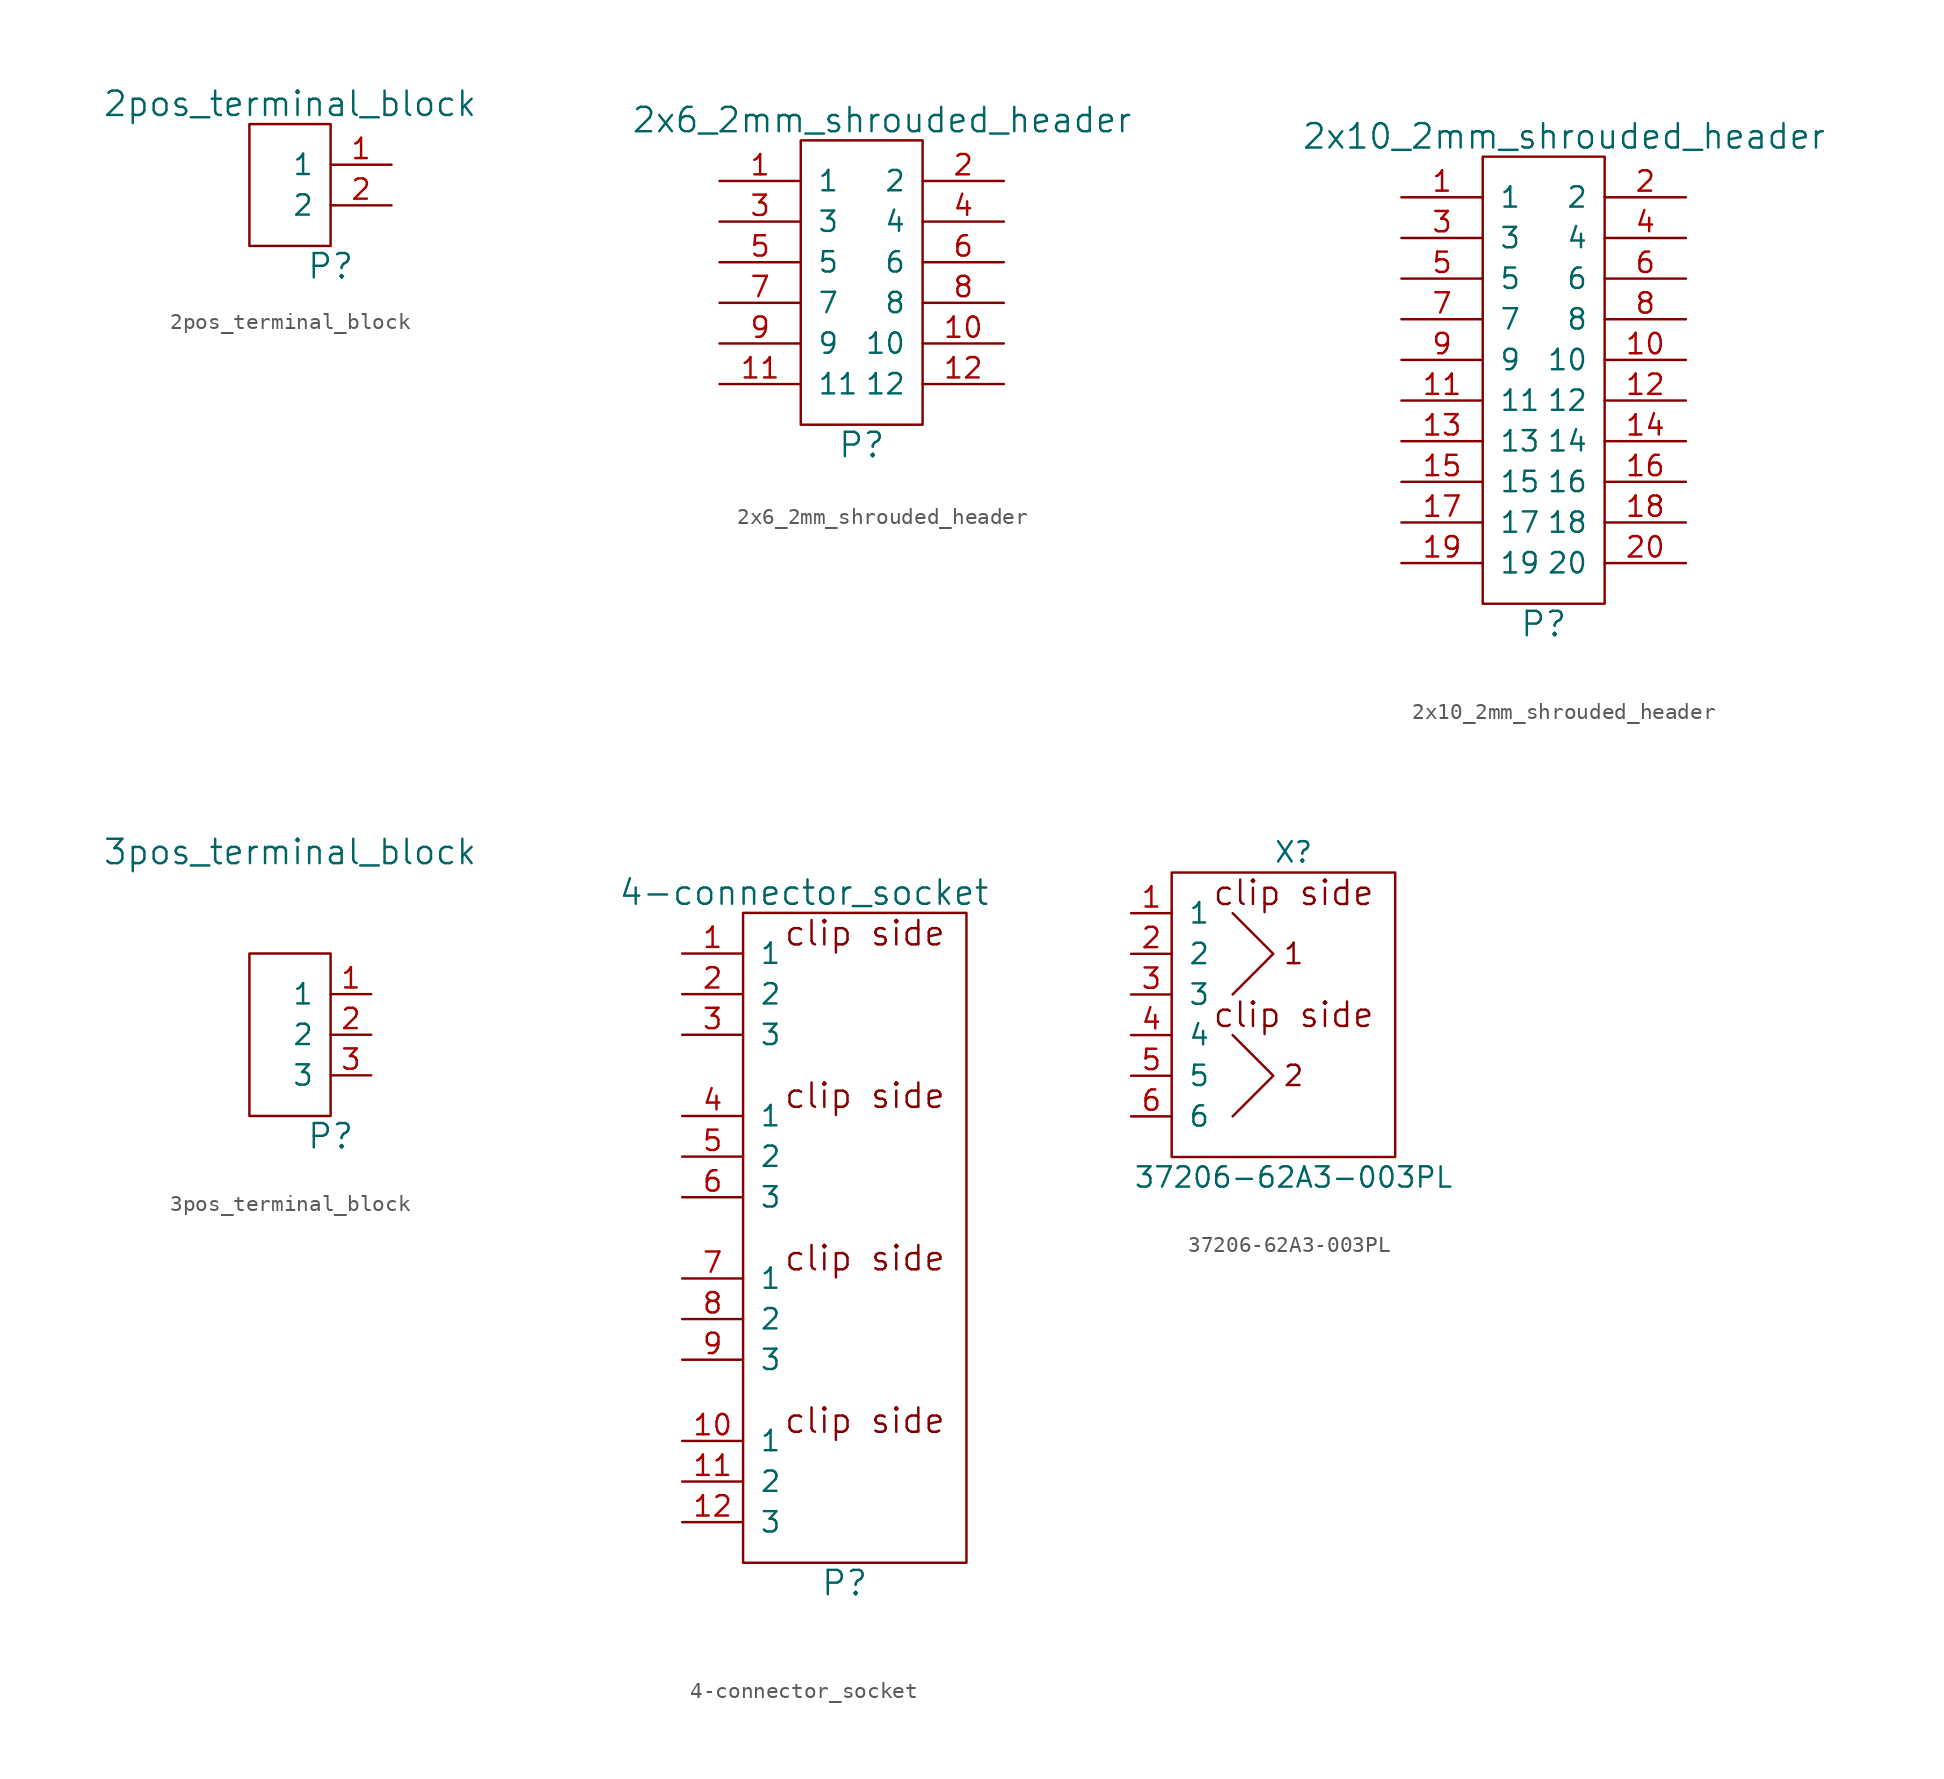
<source format=kicad_sym>
(kicad_symbol_lib
  (version 20211014)
  (generator kicad_symbol_editor)
  (symbol "2pos_terminal_block"
    (pin_names
      (offset 1.016))
    (property "Reference" "P"
      (at 5.08 -1.27 0)
      (effects (font (size 1.524 1.524))))
    (property "Value" "2pos_terminal_block"
      (at 2.54 8.89 0)
      (effects (font (size 1.524 1.524))))
    (symbol "2pos_terminal_block_0_1"
      (rectangle (start 0 0) (end 5.08 7.62) (stroke (width 0) (type default) (color 0 0 0 0)) (fill (type none))))
    (symbol "2pos_terminal_block_1_1"
      (pin passive line (at 8.89 5.08 180) (length 3.81) (name "1" (effects (font (size 1.27 1.27)))) (number "1" (effects (font (size 1.27 1.27)))))
      (pin passive line (at 8.89 2.54 180) (length 3.81) (name "2" (effects (font (size 1.27 1.27)))) (number "2" (effects (font (size 1.27 1.27)))))))
  (symbol "2x6_2mm_shrouded_header"
    (pin_names
      (offset 1.016))
    (property "Reference" "P"
      (at 3.81 -1.27 0)
      (effects (font (size 1.524 1.524))))
    (property "Value" "2x6_2mm_shrouded_header"
      (at 5.08 19.05 0)
      (effects (font (size 1.524 1.524))))
    (symbol "2x6_2mm_shrouded_header_0_1"
      (rectangle (start 0 0) (end 7.62 17.78) (stroke (width 0) (type default) (color 0 0 0 0)) (fill (type none))))
    (symbol "2x6_2mm_shrouded_header_1_1"
      (pin unspecified line (at -5.08 15.24 0) (length 5.08) (name "1" (effects (font (size 1.27 1.27)))) (number "1" (effects (font (size 1.27 1.27)))))
      (pin unspecified line (at 12.7 5.08 180) (length 5.08) (name "10" (effects (font (size 1.27 1.27)))) (number "10" (effects (font (size 1.27 1.27)))))
      (pin unspecified line (at -5.08 2.54 0) (length 5.08) (name "11" (effects (font (size 1.27 1.27)))) (number "11" (effects (font (size 1.27 1.27)))))
      (pin unspecified line (at 12.7 2.54 180) (length 5.08) (name "12" (effects (font (size 1.27 1.27)))) (number "12" (effects (font (size 1.27 1.27)))))
      (pin unspecified line (at 12.7 15.24 180) (length 5.08) (name "2" (effects (font (size 1.27 1.27)))) (number "2" (effects (font (size 1.27 1.27)))))
      (pin unspecified line (at -5.08 12.7 0) (length 5.08) (name "3" (effects (font (size 1.27 1.27)))) (number "3" (effects (font (size 1.27 1.27)))))
      (pin unspecified line (at 12.7 12.7 180) (length 5.08) (name "4" (effects (font (size 1.27 1.27)))) (number "4" (effects (font (size 1.27 1.27)))))
      (pin unspecified line (at -5.08 10.16 0) (length 5.08) (name "5" (effects (font (size 1.27 1.27)))) (number "5" (effects (font (size 1.27 1.27)))))
      (pin unspecified line (at 12.7 10.16 180) (length 5.08) (name "6" (effects (font (size 1.27 1.27)))) (number "6" (effects (font (size 1.27 1.27)))))
      (pin unspecified line (at -5.08 7.62 0) (length 5.08) (name "7" (effects (font (size 1.27 1.27)))) (number "7" (effects (font (size 1.27 1.27)))))
      (pin unspecified line (at 12.7 7.62 180) (length 5.08) (name "8" (effects (font (size 1.27 1.27)))) (number "8" (effects (font (size 1.27 1.27)))))
      (pin unspecified line (at -5.08 5.08 0) (length 5.08) (name "9" (effects (font (size 1.27 1.27)))) (number "9" (effects (font (size 1.27 1.27)))))))
  (symbol "2x10_2mm_shrouded_header"
    (pin_names
      (offset 1.016))
    (property "Reference" "P"
      (at 3.81 -1.27 0)
      (effects (font (size 1.524 1.524))))
    (property "Value" "2x10_2mm_shrouded_header"
      (at 5.08 29.21 0)
      (effects (font (size 1.524 1.524))))
    (symbol "2x10_2mm_shrouded_header_0_1"
      (rectangle (start 0 0) (end 7.62 27.94) (stroke (width 0) (type default) (color 0 0 0 0)) (fill (type none))))
    (symbol "2x10_2mm_shrouded_header_1_1"
      (pin unspecified line (at -5.08 25.4 0) (length 5.08) (name "1" (effects (font (size 1.27 1.27)))) (number "1" (effects (font (size 1.27 1.27)))))
      (pin unspecified line (at 12.7 15.24 180) (length 5.08) (name "10" (effects (font (size 1.27 1.27)))) (number "10" (effects (font (size 1.27 1.27)))))
      (pin unspecified line (at -5.08 12.7 0) (length 5.08) (name "11" (effects (font (size 1.27 1.27)))) (number "11" (effects (font (size 1.27 1.27)))))
      (pin unspecified line (at 12.7 12.7 180) (length 5.08) (name "12" (effects (font (size 1.27 1.27)))) (number "12" (effects (font (size 1.27 1.27)))))
      (pin unspecified line (at -5.08 10.16 0) (length 5.08) (name "13" (effects (font (size 1.27 1.27)))) (number "13" (effects (font (size 1.27 1.27)))))
      (pin unspecified line (at 12.7 10.16 180) (length 5.08) (name "14" (effects (font (size 1.27 1.27)))) (number "14" (effects (font (size 1.27 1.27)))))
      (pin unspecified line (at -5.08 7.62 0) (length 5.08) (name "15" (effects (font (size 1.27 1.27)))) (number "15" (effects (font (size 1.27 1.27)))))
      (pin unspecified line (at 12.7 7.62 180) (length 5.08) (name "16" (effects (font (size 1.27 1.27)))) (number "16" (effects (font (size 1.27 1.27)))))
      (pin unspecified line (at -5.08 5.08 0) (length 5.08) (name "17" (effects (font (size 1.27 1.27)))) (number "17" (effects (font (size 1.27 1.27)))))
      (pin unspecified line (at 12.7 5.08 180) (length 5.08) (name "18" (effects (font (size 1.27 1.27)))) (number "18" (effects (font (size 1.27 1.27)))))
      (pin unspecified line (at -5.08 2.54 0) (length 5.08) (name "19" (effects (font (size 1.27 1.27)))) (number "19" (effects (font (size 1.27 1.27)))))
      (pin unspecified line (at 12.7 25.4 180) (length 5.08) (name "2" (effects (font (size 1.27 1.27)))) (number "2" (effects (font (size 1.27 1.27)))))
      (pin unspecified line (at 12.7 2.54 180) (length 5.08) (name "20" (effects (font (size 1.27 1.27)))) (number "20" (effects (font (size 1.27 1.27)))))
      (pin unspecified line (at -5.08 22.86 0) (length 5.08) (name "3" (effects (font (size 1.27 1.27)))) (number "3" (effects (font (size 1.27 1.27)))))
      (pin unspecified line (at 12.7 22.86 180) (length 5.08) (name "4" (effects (font (size 1.27 1.27)))) (number "4" (effects (font (size 1.27 1.27)))))
      (pin unspecified line (at -5.08 20.32 0) (length 5.08) (name "5" (effects (font (size 1.27 1.27)))) (number "5" (effects (font (size 1.27 1.27)))))
      (pin unspecified line (at 12.7 20.32 180) (length 5.08) (name "6" (effects (font (size 1.27 1.27)))) (number "6" (effects (font (size 1.27 1.27)))))
      (pin unspecified line (at -5.08 17.78 0) (length 5.08) (name "7" (effects (font (size 1.27 1.27)))) (number "7" (effects (font (size 1.27 1.27)))))
      (pin unspecified line (at 12.7 17.78 180) (length 5.08) (name "8" (effects (font (size 1.27 1.27)))) (number "8" (effects (font (size 1.27 1.27)))))
      (pin unspecified line (at -5.08 15.24 0) (length 5.08) (name "9" (effects (font (size 1.27 1.27)))) (number "9" (effects (font (size 1.27 1.27)))))))
  (symbol "3pos_terminal_block"
    (pin_names
      (offset 1.016))
    (property "Reference" "P"
      (at 5.08 -1.27 0)
      (effects (font (size 1.524 1.524))))
    (property "Value" "3pos_terminal_block"
      (at 2.54 16.51 0)
      (effects (font (size 1.524 1.524))))
    (symbol "3pos_terminal_block_0_1"
      (rectangle (start 0 0) (end 5.08 10.16) (stroke (width 0) (type default) (color 0 0 0 0)) (fill (type none))))
    (symbol "3pos_terminal_block_1_1"
      (pin unspecified line (at 7.62 7.62 180) (length 2.54) (name "1" (effects (font (size 1.27 1.27)))) (number "1" (effects (font (size 1.27 1.27)))))
      (pin unspecified line (at 7.62 5.08 180) (length 2.54) (name "2" (effects (font (size 1.27 1.27)))) (number "2" (effects (font (size 1.27 1.27)))))
      (pin unspecified line (at 7.62 2.54 180) (length 2.54) (name "3" (effects (font (size 1.27 1.27)))) (number "3" (effects (font (size 1.27 1.27)))))))
  (symbol "4-connector_socket"
    (pin_names
      (offset 1.016))
    (property "Reference" "P"
      (at 6.35 -1.27 0)
      (effects (font (size 1.524 1.524))))
    (property "Value" "4-connector_socket"
      (at 3.81 41.91 0)
      (effects (font (size 1.524 1.524))))
    (symbol "4-connector_socket_0_0"
      (text "clip side" (at 7.62 8.89 0) (effects (font (size 1.524 1.524))))
      (text "clip side" (at 7.62 19.05 0) (effects (font (size 1.524 1.524))))
      (text "clip side" (at 7.62 29.21 0) (effects (font (size 1.524 1.524))))
      (text "clip side" (at 7.62 39.37 0) (effects (font (size 1.524 1.524)))))
    (symbol "4-connector_socket_0_1"
      (rectangle (start 0 0) (end 13.97 40.64) (stroke (width 0) (type default) (color 0 0 0 0)) (fill (type none))))
    (symbol "4-connector_socket_1_1"
      (pin passive line (at -3.81 38.1 0) (length 3.81) (name "1" (effects (font (size 1.27 1.27)))) (number "1" (effects (font (size 1.27 1.27)))))
      (pin passive line (at -3.81 7.62 0) (length 3.81) (name "1" (effects (font (size 1.27 1.27)))) (number "10" (effects (font (size 1.27 1.27)))))
      (pin passive line (at -3.81 5.08 0) (length 3.81) (name "2" (effects (font (size 1.27 1.27)))) (number "11" (effects (font (size 1.27 1.27)))))
      (pin passive line (at -3.81 2.54 0) (length 3.81) (name "3" (effects (font (size 1.27 1.27)))) (number "12" (effects (font (size 1.27 1.27)))))
      (pin passive line (at -3.81 35.56 0) (length 3.81) (name "2" (effects (font (size 1.27 1.27)))) (number "2" (effects (font (size 1.27 1.27)))))
      (pin passive line (at -3.81 33.02 0) (length 3.81) (name "3" (effects (font (size 1.27 1.27)))) (number "3" (effects (font (size 1.27 1.27)))))
      (pin passive line (at -3.81 27.94 0) (length 3.81) (name "1" (effects (font (size 1.27 1.27)))) (number "4" (effects (font (size 1.27 1.27)))))
      (pin passive line (at -3.81 25.4 0) (length 3.81) (name "2" (effects (font (size 1.27 1.27)))) (number "5" (effects (font (size 1.27 1.27)))))
      (pin passive line (at -3.81 22.86 0) (length 3.81) (name "3" (effects (font (size 1.27 1.27)))) (number "6" (effects (font (size 1.27 1.27)))))
      (pin passive line (at -3.81 17.78 0) (length 3.81) (name "1" (effects (font (size 1.27 1.27)))) (number "7" (effects (font (size 1.27 1.27)))))
      (pin passive line (at -3.81 15.24 0) (length 3.81) (name "2" (effects (font (size 1.27 1.27)))) (number "8" (effects (font (size 1.27 1.27)))))
      (pin passive line (at -3.81 12.7 0) (length 3.81) (name "3" (effects (font (size 1.27 1.27)))) (number "9" (effects (font (size 1.27 1.27)))))))
  (symbol "37206-62A3-003PL"
    (pin_names
      (offset 1.016))
    (property "Reference" "X"
      (at 0 10.16 0)
      (effects (font (size 1.27 1.27))))
    (property "Value" "37206-62A3-003PL"
      (at 0 -10.16 0)
      (effects (font (size 1.27 1.27))))
    (symbol "37206-62A3-003PL_0_0"
      (polyline (pts (xy -3.81 -1.27) (xy -1.27 -3.81) (xy -3.81 -6.35)) (stroke (width 0) (type default) (color 0 0 0 0)) (fill (type none)))
      (polyline (pts (xy -3.81 6.35) (xy -1.27 3.81) (xy -3.81 1.27)) (stroke (width 0) (type default) (color 0 0 0 0)) (fill (type none)))
      (text "1" (at 0 3.81 0) (effects (font (size 1.27 1.27))))
      (text "2" (at 0 -3.81 0) (effects (font (size 1.27 1.27)))))
    (symbol "37206-62A3-003PL_1_0"
      (text "clip side" (at 0 0 0) (effects (font (size 1.524 1.524))))
      (text "clip side" (at 0 7.62 0) (effects (font (size 1.524 1.524)))))
    (symbol "37206-62A3-003PL_1_1"
      (rectangle (start -7.62 -8.89) (end 6.35 8.89) (stroke (width 0) (type default) (color 0 0 0 0)) (fill (type none)))
      (pin unspecified line (at -10.16 6.35 0) (length 2.54) (name "1" (effects (font (size 1.27 1.27)))) (number "1" (effects (font (size 1.27 1.27)))))
      (pin unspecified line (at -10.16 3.81 0) (length 2.54) (name "2" (effects (font (size 1.27 1.27)))) (number "2" (effects (font (size 1.27 1.27)))))
      (pin unspecified line (at -10.16 1.27 0) (length 2.54) (name "3" (effects (font (size 1.27 1.27)))) (number "3" (effects (font (size 1.27 1.27)))))
      (pin unspecified line (at -10.16 -1.27 0) (length 2.54) (name "4" (effects (font (size 1.27 1.27)))) (number "4" (effects (font (size 1.27 1.27)))))
      (pin unspecified line (at -10.16 -3.81 0) (length 2.54) (name "5" (effects (font (size 1.27 1.27)))) (number "5" (effects (font (size 1.27 1.27)))))
      (pin unspecified line (at -10.16 -6.35 0) (length 2.54) (name "6" (effects (font (size 1.27 1.27)))) (number "6" (effects (font (size 1.27 1.27))))))))
</source>
